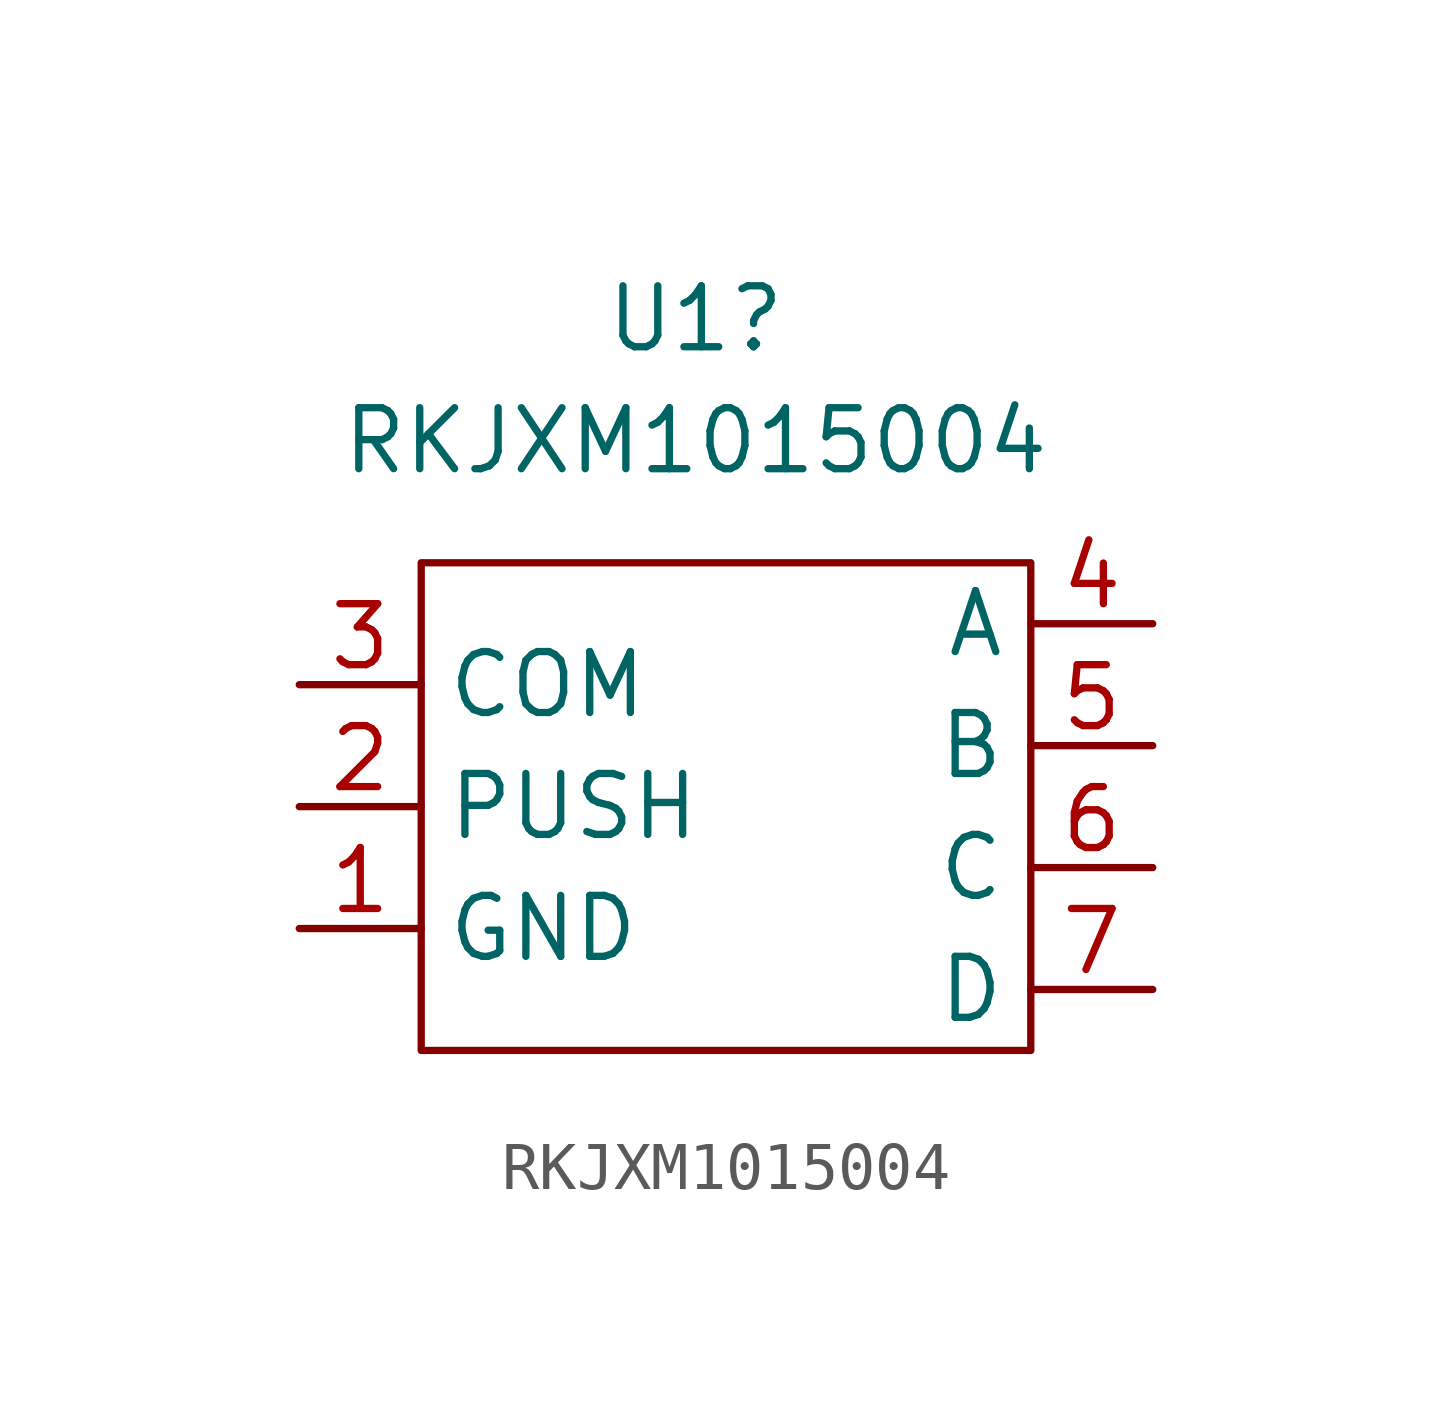
<source format=kicad_sym>
(kicad_symbol_lib
  (version 20220914)
  (generator kicad_symbol_editor)
  (symbol "RKJXM1015004"
    (property "Reference" "U1"
      (at -0.635 17.78 0)
      (effects (font (size 1.27 1.27))))
    (property "Value" "RKJXM1015004"
      (at -0.635 15.24 0)
      (effects (font (size 1.27 1.27))))
    (symbol "RKJXM1015004_0_1"
      (rectangle (start -6.35 12.7) (end 6.35 2.54) (stroke (width 0) (type default)) (fill (type none))))
    (symbol "RKJXM1015004_1_1"
      (pin power_out line (at -8.89 5.08 0) (length 2.54) (name "GND" (effects (font (size 1.27 1.27)))) (number "1" (effects (font (size 1.27 1.27)))))
      (pin power_in line (at -8.89 7.62 0) (length 2.54) (name "PUSH" (effects (font (size 1.27 1.27)))) (number "2" (effects (font (size 1.27 1.27)))))
      (pin output line (at -8.89 10.16 0) (length 2.54) (name "COM" (effects (font (size 1.27 1.27)))) (number "3" (effects (font (size 1.27 1.27)))))
      (pin output line (at 8.89 11.43 180) (length 2.54) (name "A" (effects (font (size 1.27 1.27)))) (number "4" (effects (font (size 1.27 1.27)))))
      (pin output line (at 8.89 8.89 180) (length 2.54) (name "B" (effects (font (size 1.27 1.27)))) (number "5" (effects (font (size 1.27 1.27)))))
      (pin output line (at 8.89 6.35 180) (length 2.54) (name "C" (effects (font (size 1.27 1.27)))) (number "6" (effects (font (size 1.27 1.27)))))
      (pin output line (at 8.89 3.81 180) (length 2.54) (name "D" (effects (font (size 1.27 1.27)))) (number "7" (effects (font (size 1.27 1.27))))))))
</source>
